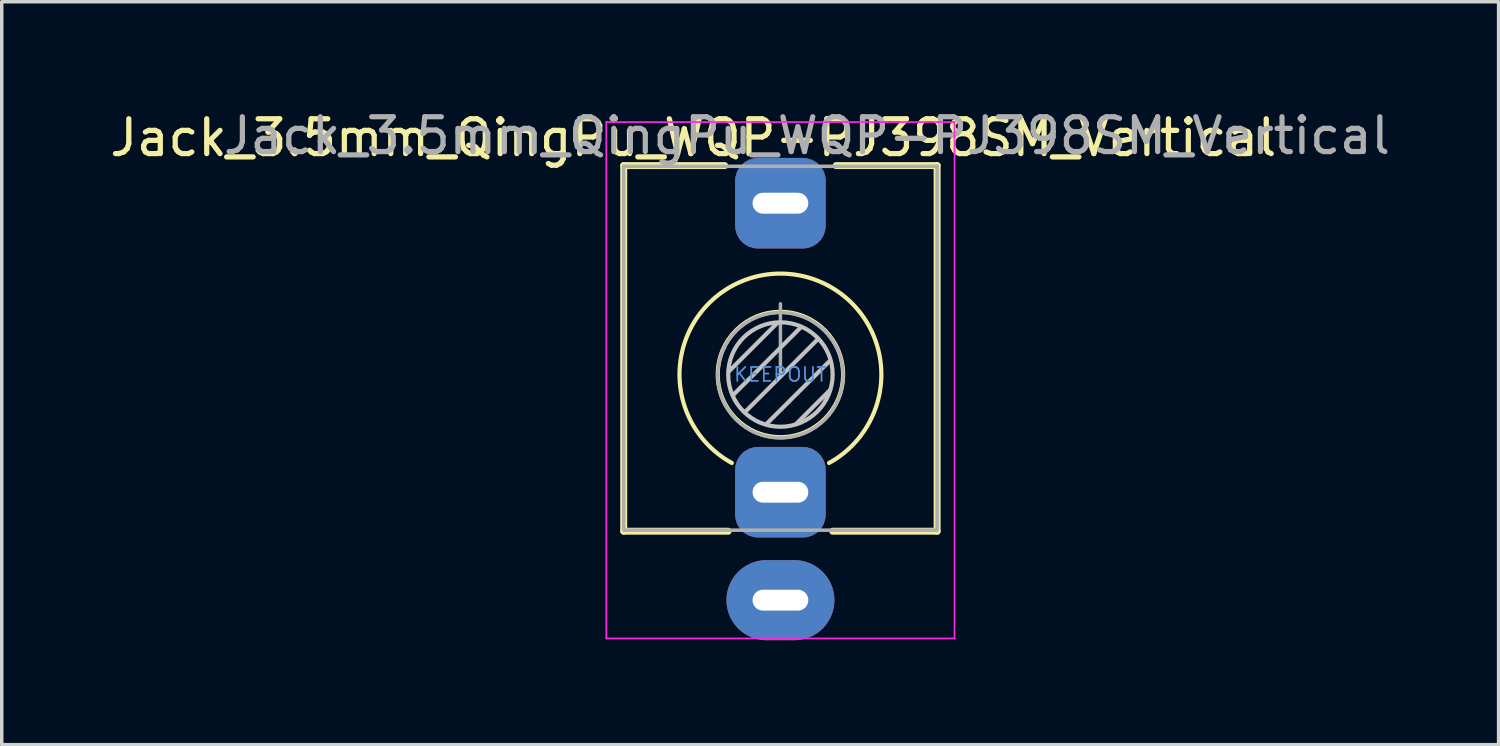
<source format=kicad_pcb>
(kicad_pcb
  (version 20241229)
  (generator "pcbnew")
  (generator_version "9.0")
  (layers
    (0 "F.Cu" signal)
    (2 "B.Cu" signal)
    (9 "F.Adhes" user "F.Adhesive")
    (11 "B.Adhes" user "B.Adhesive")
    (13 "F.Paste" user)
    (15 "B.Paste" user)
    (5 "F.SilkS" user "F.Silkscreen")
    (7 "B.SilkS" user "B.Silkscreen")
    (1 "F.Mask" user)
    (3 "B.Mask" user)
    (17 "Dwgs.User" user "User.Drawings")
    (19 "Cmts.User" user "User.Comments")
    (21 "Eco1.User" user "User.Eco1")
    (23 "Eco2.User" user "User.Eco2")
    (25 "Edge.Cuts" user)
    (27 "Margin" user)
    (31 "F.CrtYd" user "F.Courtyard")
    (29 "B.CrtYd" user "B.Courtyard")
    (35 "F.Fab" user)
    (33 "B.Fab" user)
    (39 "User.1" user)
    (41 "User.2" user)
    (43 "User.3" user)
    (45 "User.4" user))
  (footprint "Jack_3.5mm_QingPu_WQP-PJ398SM_Vertical"
    (layer "F.Cu")
    (at 19.363 7.706)
    (property "Reference" "Jack_3.5mm_QingPu_WQP-PJ398SM_Vertical" (at -2.5 -6.8 0) (layer "F.SilkS") (effects (font (size 1 1) (thickness 0.15))))
    (attr through_hole)
    (fp_line (start -4.5 -6) (end -1.6 -6) (stroke (width 0.2) (type solid)) (layer "F.SilkS"))
    (fp_line (start -4.5 4.5) (end -4.5 -6) (stroke (width 0.2) (type solid)) (layer "F.SilkS"))
    (fp_line (start -4.5 4.5) (end -1.5 4.5) (stroke (width 0.2) (type solid)) (layer "F.SilkS"))
    (fp_line (start 1.5 4.5) (end 4.5 4.5) (stroke (width 0.2) (type solid)) (layer "F.SilkS"))
    (fp_line (start 1.6 -6) (end 4.5 -6) (stroke (width 0.2) (type solid)) (layer "F.SilkS"))
    (fp_line (start 4.5 4.5) (end 4.5 -6) (stroke (width 0.2) (type solid)) (layer "F.SilkS"))
    (fp_arc (start -1.397 2.539999) (mid 0 -2.898828) (end 1.397 2.539999) (stroke (width 0.12) (type solid)) (layer "F.SilkS"))
    (fp_circle (center 0 0) (end -1.8 0) (stroke (width 0.12) (type solid)) (fill no) (layer "F.SilkS"))
    (fp_line (start -0.09 -1.48) (end -1.48 -0.09) (stroke (width 0.12) (type solid)) (layer "Dwgs.User"))
    (fp_line (start 0.58 -1.35) (end -1.36 0.59) (stroke (width 0.12) (type solid)) (layer "Dwgs.User"))
    (fp_line (start 1.07 -1.01) (end -1.01 1.07) (stroke (width 0.12) (type solid)) (layer "Dwgs.User"))
    (fp_line (start 1.41 0.46) (end 0.46 1.41) (stroke (width 0.12) (type solid)) (layer "Dwgs.User"))
    (fp_line (start 1.42 -0.395) (end -0.4 1.42) (stroke (width 0.12) (type solid)) (layer "Dwgs.User"))
    (fp_circle (center 0 0) (end -1.5 0) (stroke (width 0.12) (type solid)) (fill no) (layer "Dwgs.User"))
    (fp_line (start -5 -7.25) (end -5 7.58) (stroke (width 0.05) (type solid)) (layer "F.CrtYd"))
    (fp_line (start -5 -7.25) (end 5 -7.25) (stroke (width 0.05) (type solid)) (layer "F.CrtYd"))
    (fp_line (start -5 7.58) (end 5 7.58) (stroke (width 0.05) (type solid)) (layer "F.CrtYd"))
    (fp_line (start 5 -7.25) (end 5 7.58) (stroke (width 0.05) (type solid)) (layer "F.CrtYd"))
    (fp_line (start -4.5 -5.98) (end -4.5 4.42) (stroke (width 0.1) (type solid)) (layer "F.Fab"))
    (fp_line (start -4.5 -5.98) (end 4.5 -5.98) (stroke (width 0.1) (type solid)) (layer "F.Fab"))
    (fp_line (start -4.5 4.47) (end 4.5 4.47) (stroke (width 0.1) (type solid)) (layer "F.Fab"))
    (fp_line (start 0 0) (end 0 -2.03) (stroke (width 0.1) (type solid)) (layer "F.Fab"))
    (fp_line (start 4.5 -5.98) (end 4.5 4.42) (stroke (width 0.1) (type solid)) (layer "F.Fab"))
    (fp_circle (center 0 0.02) (end -1.8 0.02) (stroke (width 0.1) (type solid)) (fill no) (layer "F.Fab"))
    (fp_text user "KEEPOUT" (at 0 0 180) (layer "Cmts.User") (effects (font (size 0.4 0.4) (thickness 0.051))))
    (fp_text user "${REFERENCE}" (at 0.762 -6.858 0) (layer "F.Fab") (effects (font (size 1 1) (thickness 0.15))))
    (pad "S" thru_hole oval (at 0 6.48) (size 3.1 2.3) (drill oval 1.6 0.6) (layers "*.Cu" "*.Mask"))
    (pad "T" thru_hole roundrect (at 0 -4.92) (size 2.6 2.6) (drill oval 1.6 0.6) (layers "*.Cu" "*.Mask") (roundrect_rratio 0.25))
    (pad "TN" thru_hole roundrect (at 0 3.38) (size 2.6 2.6) (drill oval 1.6 0.6) (layers "*.Cu" "*.Mask") (roundrect_rratio 0.25))
    (zone (net_name "") (layers "F.Cu" "F.Mask" "F.SilkS" "F.Adhes" "F.Paste") (hatch edge 0.508) (connect_pads) (min_thickness 0.254) (filled_areas_thickness no) (keepout (tracks not_allowed) (vias not_allowed) (pads not_allowed) (copperpour not_allowed) (footprints not_allowed)) (placement (enabled no)) (fill) (polygon (pts (xy 19.738 6.256) (xy 19.888 6.306) (xy 20.063 6.381) (xy 20.213 6.481) (xy 20.338 6.581) (xy 20.488 6.731) (xy 20.588 6.856) (xy 20.713 7.056) (xy 20.788 7.256) (xy 20.838 7.406) (xy 20.863 7.556) (xy 20.863 7.881) (xy 20.813 8.131) (xy 20.763 8.281) (xy 20.688 8.431) (xy 20.613 8.556) (xy 20.488 8.706) (xy 20.363 8.831) (xy 20.238 8.931) (xy 20.063 9.031) (xy 19.888 9.106) (xy 19.713 9.156) (xy 19.538 9.181) (xy 19.438 9.206) (xy 19.213 9.206) (xy 19.038 9.181) (xy 18.838 9.106) (xy 18.638 9.006) (xy 18.413 8.856) (xy 18.238 8.706) (xy 18.088 8.506) (xy 17.938 8.206) (xy 17.888 7.931) (xy 17.863 7.706) (xy 17.888 7.481) (xy 17.938 7.256) (xy 18.038 7.006) (xy 18.188 6.781) (xy 18.338 6.606) (xy 18.563 6.431) (xy 18.763 6.331) (xy 18.988 6.256) (xy 19.213 6.206) (xy 19.488 6.206)))))
  (gr_rect
    (start -3 -3)
    (end 39.988 18.336)
    (stroke (width 0.1) (type default))
    (fill no)
    (layer "Edge.Cuts")))
</source>
